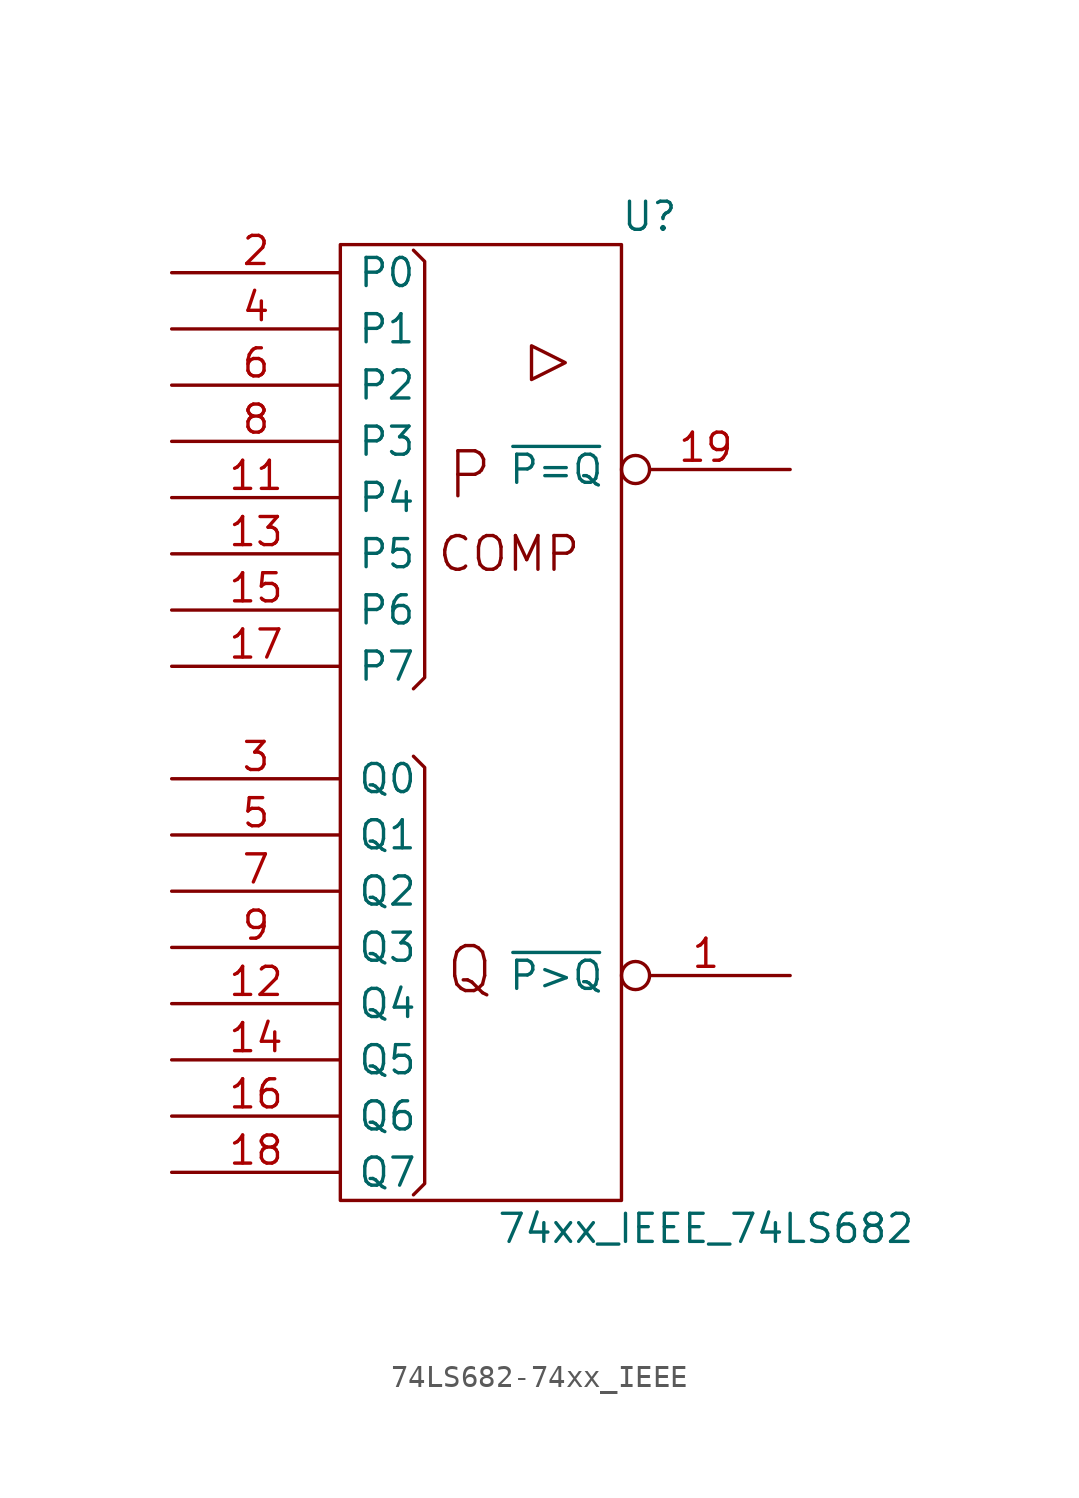
<source format=kicad_sym>
(kicad_symbol_lib
  (version 20220914)
  (generator kicad_symbol_editor)
  (symbol "74LS682-74xx_IEEE"
    (pin_names
      (offset 0.762))
    (property "Reference" "U"
      (at 7.62 22.86 0)
      (effects (font (size 1.27 1.27))))
    (property "Value" "74xx_IEEE_74LS682"
      (at 10.16 -22.86 0)
      (effects (font (size 1.27 1.27))))
    (symbol "74LS682-74xx_IEEE_0_0"
      (polyline (pts (xy 2.286 17.018) (xy 2.286 15.494) (xy 3.81 16.256) (xy 2.286 17.018) (xy 2.286 17.018)) (stroke (width 0) (type solid)) (fill (type none)))
      (text "COMP" (at 1.27 7.62 0) (effects (font (size 1.524 1.524))))
      (text "P" (at -0.508 11.176 0) (effects (font (size 2.032 2.032))))
      (text "Q" (at -0.508 -11.176 0) (effects (font (size 2.032 2.032)))))
    (symbol "74LS682-74xx_IEEE_0_1"
      (rectangle (start -6.35 21.59) (end 6.35 -21.59) (stroke (width 0) (type solid)) (fill (type none)))
      (polyline (pts (xy -3.048 -1.524) (xy -2.54 -2.032) (xy -2.54 -20.828) (xy -3.048 -21.336) (xy -3.048 -21.336)) (stroke (width 0) (type solid)) (fill (type none)))
      (polyline (pts (xy -3.048 21.336) (xy -2.54 20.828) (xy -2.54 2.032) (xy -3.048 1.524) (xy -3.048 1.524)) (stroke (width 0) (type solid)) (fill (type none)))
      (pin power_in line (at 0 -21.59 90) (length 0) hide (name "Gnd" (effects (font (size 1.27 1.27)))) (number "10" (effects (font (size 1.27 1.27))))))
    (symbol "74LS682-74xx_IEEE_1_1"
      (pin output inverted (at 13.97 -11.43 180) (length 7.62) (name "~{P>Q}" (effects (font (size 1.27 1.27)))) (number "1" (effects (font (size 1.27 1.27)))))
      (pin input line (at -13.97 10.16 0) (length 7.62) (name "P4" (effects (font (size 1.27 1.27)))) (number "11" (effects (font (size 1.27 1.27)))))
      (pin input line (at -13.97 -12.7 0) (length 7.62) (name "Q4" (effects (font (size 1.27 1.27)))) (number "12" (effects (font (size 1.27 1.27)))))
      (pin input line (at -13.97 7.62 0) (length 7.62) (name "P5" (effects (font (size 1.27 1.27)))) (number "13" (effects (font (size 1.27 1.27)))))
      (pin input line (at -13.97 -15.24 0) (length 7.62) (name "Q5" (effects (font (size 1.27 1.27)))) (number "14" (effects (font (size 1.27 1.27)))))
      (pin input line (at -13.97 5.08 0) (length 7.62) (name "P6" (effects (font (size 1.27 1.27)))) (number "15" (effects (font (size 1.27 1.27)))))
      (pin input line (at -13.97 -17.78 0) (length 7.62) (name "Q6" (effects (font (size 1.27 1.27)))) (number "16" (effects (font (size 1.27 1.27)))))
      (pin input line (at -13.97 2.54 0) (length 7.62) (name "P7" (effects (font (size 1.27 1.27)))) (number "17" (effects (font (size 1.27 1.27)))))
      (pin input line (at -13.97 -20.32 0) (length 7.62) (name "Q7" (effects (font (size 1.27 1.27)))) (number "18" (effects (font (size 1.27 1.27)))))
      (pin output inverted (at 13.97 11.43 180) (length 7.62) (name "~{P=Q}" (effects (font (size 1.27 1.27)))) (number "19" (effects (font (size 1.27 1.27)))))
      (pin input line (at -13.97 20.32 0) (length 7.62) (name "P0" (effects (font (size 1.27 1.27)))) (number "2" (effects (font (size 1.27 1.27)))))
      (pin power_in line (at 0 21.59 270) (length 0) hide (name "Vcc" (effects (font (size 1.27 1.27)))) (number "20" (effects (font (size 1.27 1.27)))))
      (pin input line (at -13.97 -2.54 0) (length 7.62) (name "Q0" (effects (font (size 1.27 1.27)))) (number "3" (effects (font (size 1.27 1.27)))))
      (pin input line (at -13.97 17.78 0) (length 7.62) (name "P1" (effects (font (size 1.27 1.27)))) (number "4" (effects (font (size 1.27 1.27)))))
      (pin input line (at -13.97 -5.08 0) (length 7.62) (name "Q1" (effects (font (size 1.27 1.27)))) (number "5" (effects (font (size 1.27 1.27)))))
      (pin input line (at -13.97 15.24 0) (length 7.62) (name "P2" (effects (font (size 1.27 1.27)))) (number "6" (effects (font (size 1.27 1.27)))))
      (pin input line (at -13.97 -7.62 0) (length 7.62) (name "Q2" (effects (font (size 1.27 1.27)))) (number "7" (effects (font (size 1.27 1.27)))))
      (pin input line (at -13.97 12.7 0) (length 7.62) (name "P3" (effects (font (size 1.27 1.27)))) (number "8" (effects (font (size 1.27 1.27)))))
      (pin input line (at -13.97 -10.16 0) (length 7.62) (name "Q3" (effects (font (size 1.27 1.27)))) (number "9" (effects (font (size 1.27 1.27))))))))
</source>
